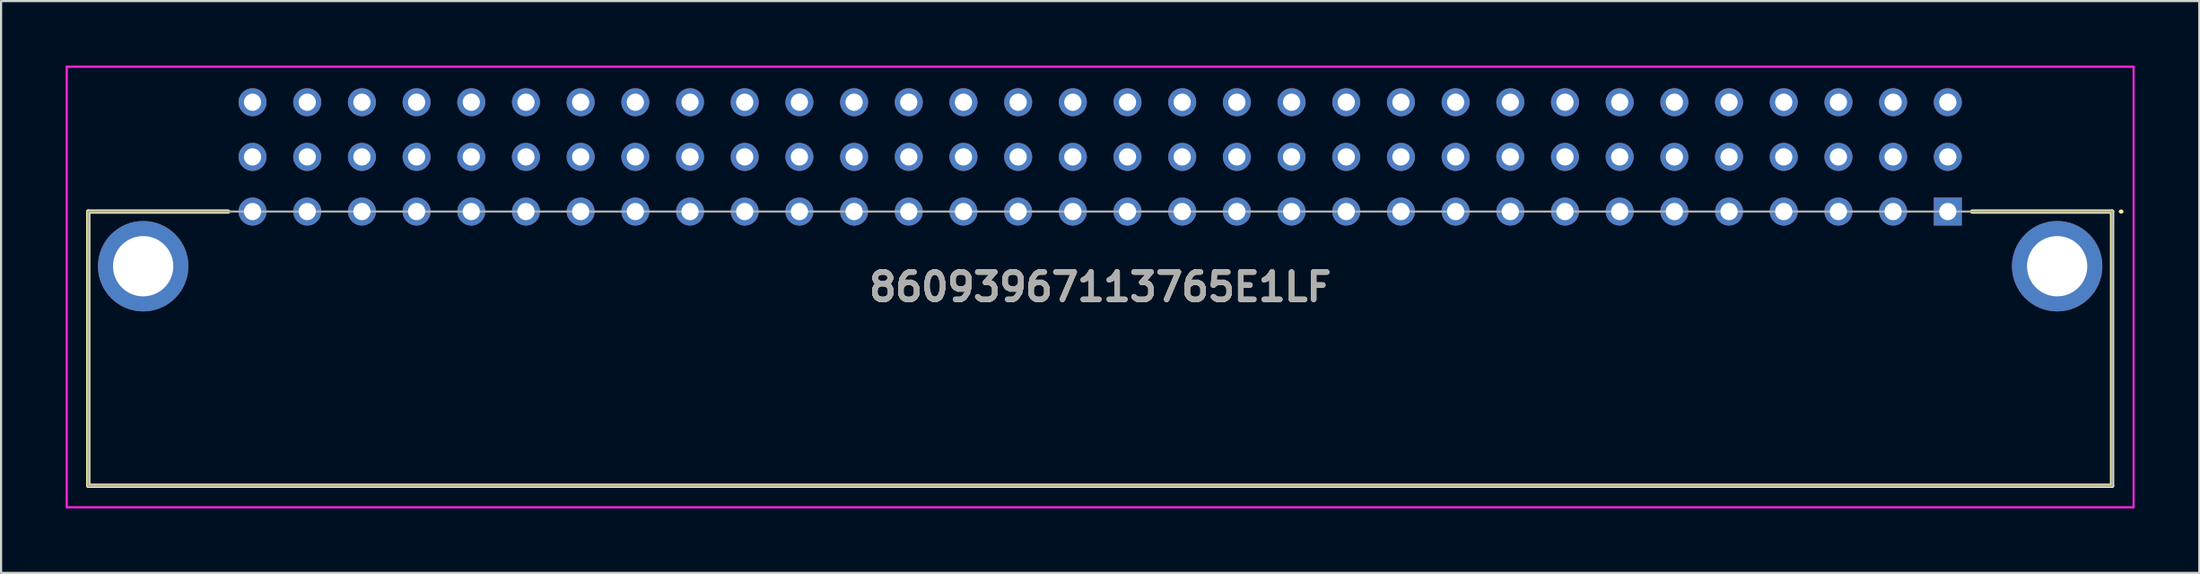
<source format=kicad_pcb>
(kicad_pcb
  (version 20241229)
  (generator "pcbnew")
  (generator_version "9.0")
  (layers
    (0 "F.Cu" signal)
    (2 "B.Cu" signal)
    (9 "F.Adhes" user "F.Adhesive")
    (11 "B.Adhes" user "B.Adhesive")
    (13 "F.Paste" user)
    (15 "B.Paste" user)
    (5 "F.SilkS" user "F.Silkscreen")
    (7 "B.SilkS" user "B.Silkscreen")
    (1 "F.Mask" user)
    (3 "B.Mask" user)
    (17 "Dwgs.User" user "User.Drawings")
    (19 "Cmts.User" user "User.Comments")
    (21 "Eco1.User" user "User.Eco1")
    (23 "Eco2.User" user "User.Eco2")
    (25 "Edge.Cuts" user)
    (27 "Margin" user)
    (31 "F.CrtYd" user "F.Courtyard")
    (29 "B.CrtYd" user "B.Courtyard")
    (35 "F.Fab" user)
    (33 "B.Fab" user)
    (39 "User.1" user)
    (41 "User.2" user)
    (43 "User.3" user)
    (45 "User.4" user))
  (footprint "86093967113765E1LF"
    (layer "F.Cu")
    (at 87.42 6.78)
    (property "Reference" "86093967113765E1LF" (at -39.37 3.505 0) (layer "F.SilkS") (effects (font (size 1.27 1.27) (thickness 0.254))))
    (attr through_hole)
    (fp_line (start -86.37 0) (end -79.87 0) (stroke (width 0.2) (type solid)) (layer "F.SilkS"))
    (fp_line (start -86.37 12.74) (end -86.37 0) (stroke (width 0.2) (type solid)) (layer "F.SilkS"))
    (fp_line (start 1.13 0) (end 7.63 0) (stroke (width 0.2) (type solid)) (layer "F.SilkS"))
    (fp_line (start 7.63 0) (end 7.63 12.74) (stroke (width 0.2) (type solid)) (layer "F.SilkS"))
    (fp_line (start 7.63 12.74) (end -86.37 12.74) (stroke (width 0.2) (type solid)) (layer "F.SilkS"))
    (fp_line (start 8 0) (end 8 0) (stroke (width 0.1) (type solid)) (layer "F.SilkS"))
    (fp_line (start 8.1 0) (end 8.1 0) (stroke (width 0.1) (type solid)) (layer "F.SilkS"))
    (fp_arc (start 8 0) (mid 8.05 -0.05) (end 8.1 0) (stroke (width 0.1) (type solid)) (layer "F.SilkS"))
    (fp_arc (start 8.1 0) (mid 8.05 0.05) (end 8 0) (stroke (width 0.1) (type solid)) (layer "F.SilkS"))
    (fp_line (start -87.37 -6.73) (end 8.63 -6.73) (stroke (width 0.1) (type solid)) (layer "F.CrtYd"))
    (fp_line (start -87.37 13.74) (end -87.37 -6.73) (stroke (width 0.1) (type solid)) (layer "F.CrtYd"))
    (fp_line (start 8.63 -6.73) (end 8.63 13.74) (stroke (width 0.1) (type solid)) (layer "F.CrtYd"))
    (fp_line (start 8.63 13.74) (end -87.37 13.74) (stroke (width 0.1) (type solid)) (layer "F.CrtYd"))
    (fp_line (start -86.37 0) (end 7.63 0) (stroke (width 0.1) (type solid)) (layer "F.Fab"))
    (fp_line (start -86.37 12.74) (end -86.37 0) (stroke (width 0.1) (type solid)) (layer "F.Fab"))
    (fp_line (start 7.63 0) (end 7.63 12.74) (stroke (width 0.1) (type solid)) (layer "F.Fab"))
    (fp_line (start 7.63 12.74) (end -86.37 12.74) (stroke (width 0.1) (type solid)) (layer "F.Fab"))
    (fp_text user "${REFERENCE}" (at -39.37 3.505 0) (layer "F.Fab") (effects (font (size 1.27 1.27) (thickness 0.254))))
    (pad "A1" thru_hole rect (at 0 0) (size 1.3 1.3) (drill 0.8) (layers "*.Cu" "*.Mask"))
    (pad "A2" thru_hole circle (at -2.54 0) (size 1.3 1.3) (drill 0.8) (layers "*.Cu" "*.Mask"))
    (pad "A3" thru_hole circle (at -5.08 0) (size 1.3 1.3) (drill 0.8) (layers "*.Cu" "*.Mask"))
    (pad "A4" thru_hole circle (at -7.62 0) (size 1.3 1.3) (drill 0.8) (layers "*.Cu" "*.Mask"))
    (pad "A5" thru_hole circle (at -10.16 0) (size 1.3 1.3) (drill 0.8) (layers "*.Cu" "*.Mask"))
    (pad "A6" thru_hole circle (at -12.7 0) (size 1.3 1.3) (drill 0.8) (layers "*.Cu" "*.Mask"))
    (pad "A7" thru_hole circle (at -15.24 0) (size 1.3 1.3) (drill 0.8) (layers "*.Cu" "*.Mask"))
    (pad "A8" thru_hole circle (at -17.78 0) (size 1.3 1.3) (drill 0.8) (layers "*.Cu" "*.Mask"))
    (pad "A9" thru_hole circle (at -20.32 0) (size 1.3 1.3) (drill 0.8) (layers "*.Cu" "*.Mask"))
    (pad "A10" thru_hole circle (at -22.86 0) (size 1.3 1.3) (drill 0.8) (layers "*.Cu" "*.Mask"))
    (pad "A11" thru_hole circle (at -25.4 0) (size 1.3 1.3) (drill 0.8) (layers "*.Cu" "*.Mask"))
    (pad "A12" thru_hole circle (at -27.94 0) (size 1.3 1.3) (drill 0.8) (layers "*.Cu" "*.Mask"))
    (pad "A13" thru_hole circle (at -30.48 0) (size 1.3 1.3) (drill 0.8) (layers "*.Cu" "*.Mask"))
    (pad "A14" thru_hole circle (at -33.02 0) (size 1.3 1.3) (drill 0.8) (layers "*.Cu" "*.Mask"))
    (pad "A15" thru_hole circle (at -35.56 0) (size 1.3 1.3) (drill 0.8) (layers "*.Cu" "*.Mask"))
    (pad "A16" thru_hole circle (at -38.1 0) (size 1.3 1.3) (drill 0.8) (layers "*.Cu" "*.Mask"))
    (pad "A17" thru_hole circle (at -40.64 0) (size 1.3 1.3) (drill 0.8) (layers "*.Cu" "*.Mask"))
    (pad "A18" thru_hole circle (at -43.18 0) (size 1.3 1.3) (drill 0.8) (layers "*.Cu" "*.Mask"))
    (pad "A19" thru_hole circle (at -45.72 0) (size 1.3 1.3) (drill 0.8) (layers "*.Cu" "*.Mask"))
    (pad "A20" thru_hole circle (at -48.26 0) (size 1.3 1.3) (drill 0.8) (layers "*.Cu" "*.Mask"))
    (pad "A21" thru_hole circle (at -50.8 0) (size 1.3 1.3) (drill 0.8) (layers "*.Cu" "*.Mask"))
    (pad "A22" thru_hole circle (at -53.34 0) (size 1.3 1.3) (drill 0.8) (layers "*.Cu" "*.Mask"))
    (pad "A23" thru_hole circle (at -55.88 0) (size 1.3 1.3) (drill 0.8) (layers "*.Cu" "*.Mask"))
    (pad "A24" thru_hole circle (at -58.42 0) (size 1.3 1.3) (drill 0.8) (layers "*.Cu" "*.Mask"))
    (pad "A25" thru_hole circle (at -60.96 0) (size 1.3 1.3) (drill 0.8) (layers "*.Cu" "*.Mask"))
    (pad "A26" thru_hole circle (at -63.5 0) (size 1.3 1.3) (drill 0.8) (layers "*.Cu" "*.Mask"))
    (pad "A27" thru_hole circle (at -66.04 0) (size 1.3 1.3) (drill 0.8) (layers "*.Cu" "*.Mask"))
    (pad "A28" thru_hole circle (at -68.58 0) (size 1.3 1.3) (drill 0.8) (layers "*.Cu" "*.Mask"))
    (pad "A29" thru_hole circle (at -71.12 0) (size 1.3 1.3) (drill 0.8) (layers "*.Cu" "*.Mask"))
    (pad "A30" thru_hole circle (at -73.66 0) (size 1.3 1.3) (drill 0.8) (layers "*.Cu" "*.Mask"))
    (pad "A31" thru_hole circle (at -76.2 0) (size 1.3 1.3) (drill 0.8) (layers "*.Cu" "*.Mask"))
    (pad "A32" thru_hole circle (at -78.74 0) (size 1.3 1.3) (drill 0.8) (layers "*.Cu" "*.Mask"))
    (pad "B1" thru_hole circle (at 0 -2.54) (size 1.3 1.3) (drill 0.8) (layers "*.Cu" "*.Mask"))
    (pad "B2" thru_hole circle (at -2.54 -2.54) (size 1.3 1.3) (drill 0.8) (layers "*.Cu" "*.Mask"))
    (pad "B3" thru_hole circle (at -5.08 -2.54) (size 1.3 1.3) (drill 0.8) (layers "*.Cu" "*.Mask"))
    (pad "B4" thru_hole circle (at -7.62 -2.54) (size 1.3 1.3) (drill 0.8) (layers "*.Cu" "*.Mask"))
    (pad "B5" thru_hole circle (at -10.16 -2.54) (size 1.3 1.3) (drill 0.8) (layers "*.Cu" "*.Mask"))
    (pad "B6" thru_hole circle (at -12.7 -2.54) (size 1.3 1.3) (drill 0.8) (layers "*.Cu" "*.Mask"))
    (pad "B7" thru_hole circle (at -15.24 -2.54) (size 1.3 1.3) (drill 0.8) (layers "*.Cu" "*.Mask"))
    (pad "B8" thru_hole circle (at -17.78 -2.54) (size 1.3 1.3) (drill 0.8) (layers "*.Cu" "*.Mask"))
    (pad "B9" thru_hole circle (at -20.32 -2.54) (size 1.3 1.3) (drill 0.8) (layers "*.Cu" "*.Mask"))
    (pad "B10" thru_hole circle (at -22.86 -2.54) (size 1.3 1.3) (drill 0.8) (layers "*.Cu" "*.Mask"))
    (pad "B11" thru_hole circle (at -25.4 -2.54) (size 1.3 1.3) (drill 0.8) (layers "*.Cu" "*.Mask"))
    (pad "B12" thru_hole circle (at -27.94 -2.54) (size 1.3 1.3) (drill 0.8) (layers "*.Cu" "*.Mask"))
    (pad "B13" thru_hole circle (at -30.48 -2.54) (size 1.3 1.3) (drill 0.8) (layers "*.Cu" "*.Mask"))
    (pad "B14" thru_hole circle (at -33.02 -2.54) (size 1.3 1.3) (drill 0.8) (layers "*.Cu" "*.Mask"))
    (pad "B15" thru_hole circle (at -35.56 -2.54) (size 1.3 1.3) (drill 0.8) (layers "*.Cu" "*.Mask"))
    (pad "B16" thru_hole circle (at -38.1 -2.54) (size 1.3 1.3) (drill 0.8) (layers "*.Cu" "*.Mask"))
    (pad "B17" thru_hole circle (at -40.64 -2.54) (size 1.3 1.3) (drill 0.8) (layers "*.Cu" "*.Mask"))
    (pad "B18" thru_hole circle (at -43.18 -2.54) (size 1.3 1.3) (drill 0.8) (layers "*.Cu" "*.Mask"))
    (pad "B19" thru_hole circle (at -45.72 -2.54) (size 1.3 1.3) (drill 0.8) (layers "*.Cu" "*.Mask"))
    (pad "B20" thru_hole circle (at -48.26 -2.54) (size 1.3 1.3) (drill 0.8) (layers "*.Cu" "*.Mask"))
    (pad "B21" thru_hole circle (at -50.8 -2.54) (size 1.3 1.3) (drill 0.8) (layers "*.Cu" "*.Mask"))
    (pad "B22" thru_hole circle (at -53.34 -2.54) (size 1.3 1.3) (drill 0.8) (layers "*.Cu" "*.Mask"))
    (pad "B23" thru_hole circle (at -55.88 -2.54) (size 1.3 1.3) (drill 0.8) (layers "*.Cu" "*.Mask"))
    (pad "B24" thru_hole circle (at -58.42 -2.54) (size 1.3 1.3) (drill 0.8) (layers "*.Cu" "*.Mask"))
    (pad "B25" thru_hole circle (at -60.96 -2.54) (size 1.3 1.3) (drill 0.8) (layers "*.Cu" "*.Mask"))
    (pad "B26" thru_hole circle (at -63.5 -2.54) (size 1.3 1.3) (drill 0.8) (layers "*.Cu" "*.Mask"))
    (pad "B27" thru_hole circle (at -66.04 -2.54) (size 1.3 1.3) (drill 0.8) (layers "*.Cu" "*.Mask"))
    (pad "B28" thru_hole circle (at -68.58 -2.54) (size 1.3 1.3) (drill 0.8) (layers "*.Cu" "*.Mask"))
    (pad "B29" thru_hole circle (at -71.12 -2.54) (size 1.3 1.3) (drill 0.8) (layers "*.Cu" "*.Mask"))
    (pad "B30" thru_hole circle (at -73.66 -2.54) (size 1.3 1.3) (drill 0.8) (layers "*.Cu" "*.Mask"))
    (pad "B31" thru_hole circle (at -76.2 -2.54) (size 1.3 1.3) (drill 0.8) (layers "*.Cu" "*.Mask"))
    (pad "B32" thru_hole circle (at -78.74 -2.54) (size 1.3 1.3) (drill 0.8) (layers "*.Cu" "*.Mask"))
    (pad "C1" thru_hole circle (at 0 -5.08) (size 1.3 1.3) (drill 0.8) (layers "*.Cu" "*.Mask"))
    (pad "C2" thru_hole circle (at -2.54 -5.08) (size 1.3 1.3) (drill 0.8) (layers "*.Cu" "*.Mask"))
    (pad "C3" thru_hole circle (at -5.08 -5.08) (size 1.3 1.3) (drill 0.8) (layers "*.Cu" "*.Mask"))
    (pad "C4" thru_hole circle (at -7.62 -5.08) (size 1.3 1.3) (drill 0.8) (layers "*.Cu" "*.Mask"))
    (pad "C5" thru_hole circle (at -10.16 -5.08) (size 1.3 1.3) (drill 0.8) (layers "*.Cu" "*.Mask"))
    (pad "C6" thru_hole circle (at -12.7 -5.08) (size 1.3 1.3) (drill 0.8) (layers "*.Cu" "*.Mask"))
    (pad "C7" thru_hole circle (at -15.24 -5.08) (size 1.3 1.3) (drill 0.8) (layers "*.Cu" "*.Mask"))
    (pad "C8" thru_hole circle (at -17.78 -5.08) (size 1.3 1.3) (drill 0.8) (layers "*.Cu" "*.Mask"))
    (pad "C9" thru_hole circle (at -20.32 -5.08) (size 1.3 1.3) (drill 0.8) (layers "*.Cu" "*.Mask"))
    (pad "C10" thru_hole circle (at -22.86 -5.08) (size 1.3 1.3) (drill 0.8) (layers "*.Cu" "*.Mask"))
    (pad "C11" thru_hole circle (at -25.4 -5.08) (size 1.3 1.3) (drill 0.8) (layers "*.Cu" "*.Mask"))
    (pad "C12" thru_hole circle (at -27.94 -5.08) (size 1.3 1.3) (drill 0.8) (layers "*.Cu" "*.Mask"))
    (pad "C13" thru_hole circle (at -30.48 -5.08) (size 1.3 1.3) (drill 0.8) (layers "*.Cu" "*.Mask"))
    (pad "C14" thru_hole circle (at -33.02 -5.08) (size 1.3 1.3) (drill 0.8) (layers "*.Cu" "*.Mask"))
    (pad "C15" thru_hole circle (at -35.56 -5.08) (size 1.3 1.3) (drill 0.8) (layers "*.Cu" "*.Mask"))
    (pad "C16" thru_hole circle (at -38.1 -5.08) (size 1.3 1.3) (drill 0.8) (layers "*.Cu" "*.Mask"))
    (pad "C17" thru_hole circle (at -40.64 -5.08) (size 1.3 1.3) (drill 0.8) (layers "*.Cu" "*.Mask"))
    (pad "C18" thru_hole circle (at -43.18 -5.08) (size 1.3 1.3) (drill 0.8) (layers "*.Cu" "*.Mask"))
    (pad "C19" thru_hole circle (at -45.72 -5.08) (size 1.3 1.3) (drill 0.8) (layers "*.Cu" "*.Mask"))
    (pad "C20" thru_hole circle (at -48.26 -5.08) (size 1.3 1.3) (drill 0.8) (layers "*.Cu" "*.Mask"))
    (pad "C21" thru_hole circle (at -50.8 -5.08) (size 1.3 1.3) (drill 0.8) (layers "*.Cu" "*.Mask"))
    (pad "C22" thru_hole circle (at -53.34 -5.08) (size 1.3 1.3) (drill 0.8) (layers "*.Cu" "*.Mask"))
    (pad "C23" thru_hole circle (at -55.88 -5.08) (size 1.3 1.3) (drill 0.8) (layers "*.Cu" "*.Mask"))
    (pad "C24" thru_hole circle (at -58.42 -5.08) (size 1.3 1.3) (drill 0.8) (layers "*.Cu" "*.Mask"))
    (pad "C25" thru_hole circle (at -60.96 -5.08) (size 1.3 1.3) (drill 0.8) (layers "*.Cu" "*.Mask"))
    (pad "C26" thru_hole circle (at -63.5 -5.08) (size 1.3 1.3) (drill 0.8) (layers "*.Cu" "*.Mask"))
    (pad "C27" thru_hole circle (at -66.04 -5.08) (size 1.3 1.3) (drill 0.8) (layers "*.Cu" "*.Mask"))
    (pad "C28" thru_hole circle (at -68.58 -5.08) (size 1.3 1.3) (drill 0.8) (layers "*.Cu" "*.Mask"))
    (pad "C29" thru_hole circle (at -71.12 -5.08) (size 1.3 1.3) (drill 0.8) (layers "*.Cu" "*.Mask"))
    (pad "C30" thru_hole circle (at -73.66 -5.08) (size 1.3 1.3) (drill 0.8) (layers "*.Cu" "*.Mask"))
    (pad "C31" thru_hole circle (at -76.2 -5.08) (size 1.3 1.3) (drill 0.8) (layers "*.Cu" "*.Mask"))
    (pad "C32" thru_hole circle (at -78.74 -5.08) (size 1.3 1.3) (drill 0.8) (layers "*.Cu" "*.Mask"))
    (pad "MH1" thru_hole circle (at 5.08 2.54) (size 4.2 4.2) (drill 2.8) (layers "*.Cu" "*.Mask"))
    (pad "MH2" thru_hole circle (at -83.82 2.54) (size 4.2 4.2) (drill 2.8) (layers "*.Cu" "*.Mask")))
  (gr_rect
    (start -3 -3)
    (end 99.1 23.57)
    (stroke (width 0.1) (type default))
    (fill no)
    (layer "Edge.Cuts")))
</source>
